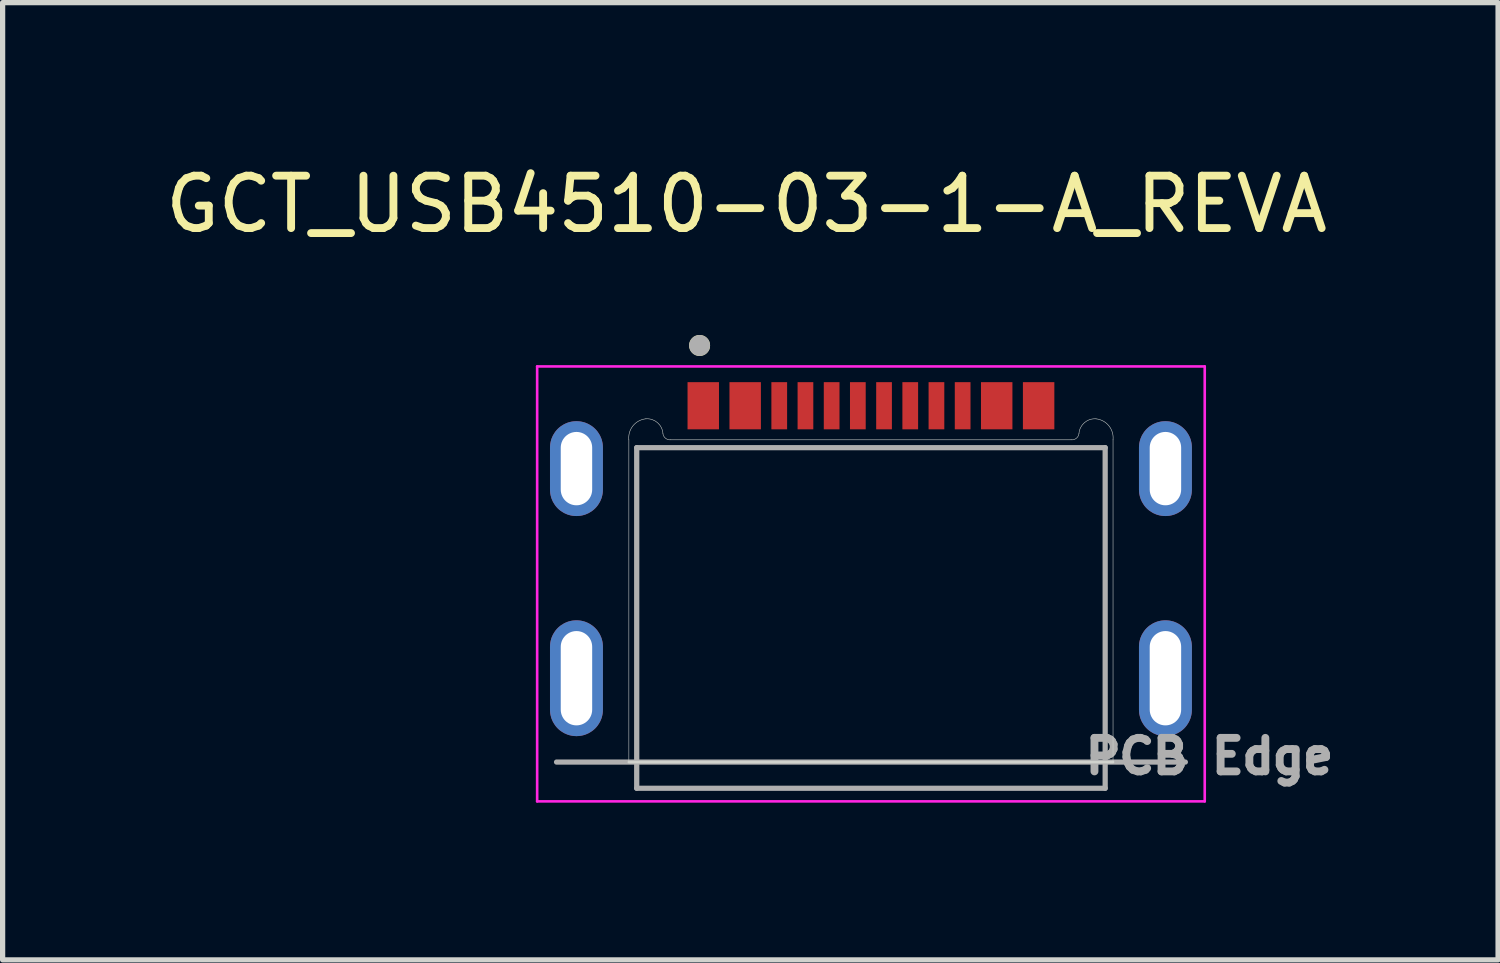
<source format=kicad_pcb>
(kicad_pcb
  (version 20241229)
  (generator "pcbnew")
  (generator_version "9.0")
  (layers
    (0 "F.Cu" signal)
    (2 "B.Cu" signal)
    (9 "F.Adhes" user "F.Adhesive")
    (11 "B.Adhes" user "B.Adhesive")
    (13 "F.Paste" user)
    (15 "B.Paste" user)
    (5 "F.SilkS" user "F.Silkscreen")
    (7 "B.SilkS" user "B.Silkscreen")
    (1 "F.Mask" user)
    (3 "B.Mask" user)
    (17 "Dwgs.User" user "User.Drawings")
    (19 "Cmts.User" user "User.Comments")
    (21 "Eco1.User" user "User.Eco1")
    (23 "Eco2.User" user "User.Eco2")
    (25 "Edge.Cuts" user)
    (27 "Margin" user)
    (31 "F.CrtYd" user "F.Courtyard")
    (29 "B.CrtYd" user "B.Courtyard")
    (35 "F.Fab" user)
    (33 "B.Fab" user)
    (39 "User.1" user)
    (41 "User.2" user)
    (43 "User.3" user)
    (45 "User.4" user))
  (footprint "GCT_USB4510-03-1-A_REVA"
    (layer "F.Cu")
    (at 13.571 9.893)
    (property "Reference" "GCT_USB4510-03-1-A_REVA" (at -2.375 -9.045 0) (layer "F.SilkS") (effects (font (size 1 1) (thickness 0.15))))
    (attr smd)
    (fp_poly (pts (xy -6.22 -3.6) (xy -6.22 -4.4) (xy -6.219 -4.431) (xy -6.217 -4.463) (xy -6.213 -4.494) (xy -6.207 -4.525) (xy -6.2 -4.555) (xy -6.191 -4.585) (xy -6.18 -4.615) (xy -6.168 -4.644) (xy -6.155 -4.672) (xy -6.14 -4.7) (xy -6.123 -4.727) (xy -6.105 -4.753) (xy -6.086 -4.778) (xy -6.066 -4.801) (xy -6.044 -4.824) (xy -6.021 -4.846) (xy -5.998 -4.866) (xy -5.973 -4.885) (xy -5.947 -4.903) (xy -5.92 -4.92) (xy -5.892 -4.935) (xy -5.864 -4.948) (xy -5.835 -4.96) (xy -5.805 -4.971) (xy -5.775 -4.98) (xy -5.745 -4.987) (xy -5.714 -4.993) (xy -5.683 -4.997) (xy -5.651 -4.999) (xy -5.62 -5) (xy -5.589 -4.999) (xy -5.557 -4.997) (xy -5.526 -4.993) (xy -5.495 -4.987) (xy -5.465 -4.98) (xy -5.435 -4.971) (xy -5.405 -4.96) (xy -5.376 -4.948) (xy -5.348 -4.935) (xy -5.32 -4.92) (xy -5.293 -4.903) (xy -5.267 -4.885) (xy -5.242 -4.866) (xy -5.219 -4.846) (xy -5.196 -4.824) (xy -5.174 -4.801) (xy -5.154 -4.778) (xy -5.135 -4.753) (xy -5.117 -4.727) (xy -5.1 -4.7) (xy -5.085 -4.672) (xy -5.072 -4.644) (xy -5.06 -4.615) (xy -5.049 -4.585) (xy -5.04 -4.555) (xy -5.033 -4.525) (xy -5.027 -4.494) (xy -5.023 -4.463) (xy -5.021 -4.431) (xy -5.02 -4.4) (xy -5.02 -3.6) (xy -5.021 -3.569) (xy -5.023 -3.537) (xy -5.027 -3.506) (xy -5.033 -3.475) (xy -5.04 -3.445) (xy -5.049 -3.415) (xy -5.06 -3.385) (xy -5.072 -3.356) (xy -5.085 -3.328) (xy -5.1 -3.3) (xy -5.117 -3.273) (xy -5.135 -3.247) (xy -5.154 -3.222) (xy -5.174 -3.199) (xy -5.196 -3.176) (xy -5.219 -3.154) (xy -5.242 -3.134) (xy -5.267 -3.115) (xy -5.293 -3.097) (xy -5.32 -3.08) (xy -5.348 -3.065) (xy -5.376 -3.052) (xy -5.405 -3.04) (xy -5.435 -3.029) (xy -5.465 -3.02) (xy -5.495 -3.013) (xy -5.526 -3.007) (xy -5.557 -3.003) (xy -5.589 -3.001) (xy -5.62 -3) (xy -5.651 -3.001) (xy -5.683 -3.003) (xy -5.714 -3.007) (xy -5.745 -3.013) (xy -5.775 -3.02) (xy -5.805 -3.029) (xy -5.835 -3.04) (xy -5.864 -3.052) (xy -5.892 -3.065) (xy -5.92 -3.08) (xy -5.947 -3.097) (xy -5.973 -3.115) (xy -5.998 -3.134) (xy -6.021 -3.154) (xy -6.044 -3.176) (xy -6.066 -3.199) (xy -6.086 -3.222) (xy -6.105 -3.247) (xy -6.123 -3.273) (xy -6.14 -3.3) (xy -6.155 -3.328) (xy -6.168 -3.356) (xy -6.18 -3.385) (xy -6.191 -3.415) (xy -6.2 -3.445) (xy -6.207 -3.475) (xy -6.213 -3.506) (xy -6.217 -3.537) (xy -6.219 -3.569) (xy -6.22 -3.6)) (stroke (width 0.01) (type solid)) (fill yes) (layer "F.Mask"))
    (fp_poly (pts (xy -6.22 0.6) (xy -6.22 -0.6) (xy -6.219 -0.631) (xy -6.217 -0.663) (xy -6.213 -0.694) (xy -6.207 -0.725) (xy -6.2 -0.755) (xy -6.191 -0.785) (xy -6.18 -0.815) (xy -6.168 -0.844) (xy -6.155 -0.872) (xy -6.14 -0.9) (xy -6.123 -0.927) (xy -6.105 -0.953) (xy -6.086 -0.978) (xy -6.066 -1.001) (xy -6.044 -1.024) (xy -6.021 -1.046) (xy -5.998 -1.066) (xy -5.973 -1.085) (xy -5.947 -1.103) (xy -5.92 -1.12) (xy -5.892 -1.135) (xy -5.864 -1.148) (xy -5.835 -1.16) (xy -5.805 -1.171) (xy -5.775 -1.18) (xy -5.745 -1.187) (xy -5.714 -1.193) (xy -5.683 -1.197) (xy -5.651 -1.199) (xy -5.62 -1.2) (xy -5.589 -1.199) (xy -5.557 -1.197) (xy -5.526 -1.193) (xy -5.495 -1.187) (xy -5.465 -1.18) (xy -5.435 -1.171) (xy -5.405 -1.16) (xy -5.376 -1.148) (xy -5.348 -1.135) (xy -5.32 -1.12) (xy -5.293 -1.103) (xy -5.267 -1.085) (xy -5.242 -1.066) (xy -5.219 -1.046) (xy -5.196 -1.024) (xy -5.174 -1.001) (xy -5.154 -0.978) (xy -5.135 -0.953) (xy -5.117 -0.927) (xy -5.1 -0.9) (xy -5.085 -0.872) (xy -5.072 -0.844) (xy -5.06 -0.815) (xy -5.049 -0.785) (xy -5.04 -0.755) (xy -5.033 -0.725) (xy -5.027 -0.694) (xy -5.023 -0.663) (xy -5.021 -0.631) (xy -5.02 -0.6) (xy -5.02 0.6) (xy -5.021 0.631) (xy -5.023 0.663) (xy -5.027 0.694) (xy -5.033 0.725) (xy -5.04 0.755) (xy -5.049 0.785) (xy -5.06 0.815) (xy -5.072 0.844) (xy -5.085 0.872) (xy -5.1 0.9) (xy -5.117 0.927) (xy -5.135 0.953) (xy -5.154 0.978) (xy -5.174 1.001) (xy -5.196 1.024) (xy -5.219 1.046) (xy -5.242 1.066) (xy -5.267 1.085) (xy -5.293 1.103) (xy -5.32 1.12) (xy -5.348 1.135) (xy -5.376 1.148) (xy -5.405 1.16) (xy -5.435 1.171) (xy -5.465 1.18) (xy -5.495 1.187) (xy -5.526 1.193) (xy -5.557 1.197) (xy -5.589 1.199) (xy -5.62 1.2) (xy -5.651 1.199) (xy -5.683 1.197) (xy -5.714 1.193) (xy -5.745 1.187) (xy -5.775 1.18) (xy -5.805 1.171) (xy -5.835 1.16) (xy -5.864 1.148) (xy -5.892 1.135) (xy -5.92 1.12) (xy -5.947 1.103) (xy -5.973 1.085) (xy -5.998 1.066) (xy -6.021 1.046) (xy -6.044 1.024) (xy -6.066 1.001) (xy -6.086 0.978) (xy -6.105 0.953) (xy -6.123 0.927) (xy -6.14 0.9) (xy -6.155 0.872) (xy -6.168 0.844) (xy -6.18 0.815) (xy -6.191 0.785) (xy -6.2 0.755) (xy -6.207 0.725) (xy -6.213 0.694) (xy -6.217 0.663) (xy -6.219 0.631) (xy -6.22 0.6)) (stroke (width 0.01) (type solid)) (fill yes) (layer "F.Mask"))
    (fp_poly (pts (xy 5.02 -3.6) (xy 5.02 -4.4) (xy 5.021 -4.431) (xy 5.023 -4.463) (xy 5.027 -4.494) (xy 5.033 -4.525) (xy 5.04 -4.555) (xy 5.049 -4.585) (xy 5.06 -4.615) (xy 5.072 -4.644) (xy 5.085 -4.672) (xy 5.1 -4.7) (xy 5.117 -4.727) (xy 5.135 -4.753) (xy 5.154 -4.778) (xy 5.174 -4.801) (xy 5.196 -4.824) (xy 5.219 -4.846) (xy 5.242 -4.866) (xy 5.267 -4.885) (xy 5.293 -4.903) (xy 5.32 -4.92) (xy 5.348 -4.935) (xy 5.376 -4.948) (xy 5.405 -4.96) (xy 5.435 -4.971) (xy 5.465 -4.98) (xy 5.495 -4.987) (xy 5.526 -4.993) (xy 5.557 -4.997) (xy 5.589 -4.999) (xy 5.62 -5) (xy 5.651 -4.999) (xy 5.683 -4.997) (xy 5.714 -4.993) (xy 5.745 -4.987) (xy 5.775 -4.98) (xy 5.805 -4.971) (xy 5.835 -4.96) (xy 5.864 -4.948) (xy 5.892 -4.935) (xy 5.92 -4.92) (xy 5.947 -4.903) (xy 5.973 -4.885) (xy 5.998 -4.866) (xy 6.021 -4.846) (xy 6.044 -4.824) (xy 6.066 -4.801) (xy 6.086 -4.778) (xy 6.105 -4.753) (xy 6.123 -4.727) (xy 6.14 -4.7) (xy 6.155 -4.672) (xy 6.168 -4.644) (xy 6.18 -4.615) (xy 6.191 -4.585) (xy 6.2 -4.555) (xy 6.207 -4.525) (xy 6.213 -4.494) (xy 6.217 -4.463) (xy 6.219 -4.431) (xy 6.22 -4.4) (xy 6.22 -3.6) (xy 6.219 -3.569) (xy 6.217 -3.537) (xy 6.213 -3.506) (xy 6.207 -3.475) (xy 6.2 -3.445) (xy 6.191 -3.415) (xy 6.18 -3.385) (xy 6.168 -3.356) (xy 6.155 -3.328) (xy 6.14 -3.3) (xy 6.123 -3.273) (xy 6.105 -3.247) (xy 6.086 -3.222) (xy 6.066 -3.199) (xy 6.044 -3.176) (xy 6.021 -3.154) (xy 5.998 -3.134) (xy 5.973 -3.115) (xy 5.947 -3.097) (xy 5.92 -3.08) (xy 5.892 -3.065) (xy 5.864 -3.052) (xy 5.835 -3.04) (xy 5.805 -3.029) (xy 5.775 -3.02) (xy 5.745 -3.013) (xy 5.714 -3.007) (xy 5.683 -3.003) (xy 5.651 -3.001) (xy 5.62 -3) (xy 5.589 -3.001) (xy 5.557 -3.003) (xy 5.526 -3.007) (xy 5.495 -3.013) (xy 5.465 -3.02) (xy 5.435 -3.029) (xy 5.405 -3.04) (xy 5.376 -3.052) (xy 5.348 -3.065) (xy 5.32 -3.08) (xy 5.293 -3.097) (xy 5.267 -3.115) (xy 5.242 -3.134) (xy 5.219 -3.154) (xy 5.196 -3.176) (xy 5.174 -3.199) (xy 5.154 -3.222) (xy 5.135 -3.247) (xy 5.117 -3.273) (xy 5.1 -3.3) (xy 5.085 -3.328) (xy 5.072 -3.356) (xy 5.06 -3.385) (xy 5.049 -3.415) (xy 5.04 -3.445) (xy 5.033 -3.475) (xy 5.027 -3.506) (xy 5.023 -3.537) (xy 5.021 -3.569) (xy 5.02 -3.6)) (stroke (width 0.01) (type solid)) (fill yes) (layer "F.Mask"))
    (fp_poly (pts (xy 5.02 0) (xy 5.02 -0.6) (xy 5.021 -0.631) (xy 5.023 -0.663) (xy 5.027 -0.694) (xy 5.033 -0.725) (xy 5.04 -0.755) (xy 5.049 -0.785) (xy 5.06 -0.815) (xy 5.072 -0.844) (xy 5.085 -0.872) (xy 5.1 -0.9) (xy 5.117 -0.927) (xy 5.135 -0.953) (xy 5.154 -0.978) (xy 5.174 -1.001) (xy 5.196 -1.024) (xy 5.219 -1.046) (xy 5.242 -1.066) (xy 5.267 -1.085) (xy 5.293 -1.103) (xy 5.32 -1.12) (xy 5.348 -1.135) (xy 5.376 -1.148) (xy 5.405 -1.16) (xy 5.435 -1.171) (xy 5.465 -1.18) (xy 5.495 -1.187) (xy 5.526 -1.193) (xy 5.557 -1.197) (xy 5.589 -1.199) (xy 5.62 -1.2) (xy 5.651 -1.199) (xy 5.683 -1.197) (xy 5.714 -1.193) (xy 5.745 -1.187) (xy 5.775 -1.18) (xy 5.805 -1.171) (xy 5.835 -1.16) (xy 5.864 -1.148) (xy 5.892 -1.135) (xy 5.92 -1.12) (xy 5.947 -1.103) (xy 5.973 -1.085) (xy 5.998 -1.066) (xy 6.021 -1.046) (xy 6.044 -1.024) (xy 6.066 -1.001) (xy 6.086 -0.978) (xy 6.105 -0.953) (xy 6.123 -0.927) (xy 6.14 -0.9) (xy 6.155 -0.872) (xy 6.168 -0.844) (xy 6.18 -0.815) (xy 6.191 -0.785) (xy 6.2 -0.755) (xy 6.207 -0.725) (xy 6.213 -0.694) (xy 6.217 -0.663) (xy 6.219 -0.631) (xy 6.22 -0.6) (xy 6.22 0) (xy 6.22 0.6) (xy 6.219 0.631) (xy 6.217 0.663) (xy 6.213 0.694) (xy 6.207 0.725) (xy 6.2 0.755) (xy 6.191 0.785) (xy 6.18 0.815) (xy 6.168 0.844) (xy 6.155 0.872) (xy 6.14 0.9) (xy 6.123 0.927) (xy 6.105 0.953) (xy 6.086 0.978) (xy 6.066 1.001) (xy 6.044 1.024) (xy 6.021 1.046) (xy 5.998 1.066) (xy 5.973 1.085) (xy 5.947 1.103) (xy 5.92 1.12) (xy 5.892 1.135) (xy 5.864 1.148) (xy 5.835 1.16) (xy 5.805 1.171) (xy 5.775 1.18) (xy 5.745 1.187) (xy 5.714 1.193) (xy 5.683 1.197) (xy 5.651 1.199) (xy 5.62 1.2) (xy 5.589 1.199) (xy 5.557 1.197) (xy 5.526 1.193) (xy 5.495 1.187) (xy 5.465 1.18) (xy 5.435 1.171) (xy 5.405 1.16) (xy 5.376 1.148) (xy 5.348 1.135) (xy 5.32 1.12) (xy 5.293 1.103) (xy 5.267 1.085) (xy 5.242 1.066) (xy 5.219 1.046) (xy 5.196 1.024) (xy 5.174 1.001) (xy 5.154 0.978) (xy 5.135 0.953) (xy 5.117 0.927) (xy 5.1 0.9) (xy 5.085 0.872) (xy 5.072 0.844) (xy 5.06 0.815) (xy 5.049 0.785) (xy 5.04 0.755) (xy 5.033 0.725) (xy 5.027 0.694) (xy 5.023 0.663) (xy 5.021 0.631) (xy 5.02 0.6) (xy 5.02 0)) (stroke (width 0.01) (type solid)) (fill yes) (layer "F.Mask"))
    (fp_poly (pts (xy -6.22 -3.6) (xy -6.22 -4.4) (xy -6.219 -4.431) (xy -6.217 -4.463) (xy -6.213 -4.494) (xy -6.207 -4.525) (xy -6.2 -4.555) (xy -6.191 -4.585) (xy -6.18 -4.615) (xy -6.168 -4.644) (xy -6.155 -4.672) (xy -6.14 -4.7) (xy -6.123 -4.727) (xy -6.105 -4.753) (xy -6.086 -4.778) (xy -6.066 -4.801) (xy -6.044 -4.824) (xy -6.021 -4.846) (xy -5.998 -4.866) (xy -5.973 -4.885) (xy -5.947 -4.903) (xy -5.92 -4.92) (xy -5.892 -4.935) (xy -5.864 -4.948) (xy -5.835 -4.96) (xy -5.805 -4.971) (xy -5.775 -4.98) (xy -5.745 -4.987) (xy -5.714 -4.993) (xy -5.683 -4.997) (xy -5.651 -4.999) (xy -5.62 -5) (xy -5.589 -4.999) (xy -5.557 -4.997) (xy -5.526 -4.993) (xy -5.495 -4.987) (xy -5.465 -4.98) (xy -5.435 -4.971) (xy -5.405 -4.96) (xy -5.376 -4.948) (xy -5.348 -4.935) (xy -5.32 -4.92) (xy -5.293 -4.903) (xy -5.267 -4.885) (xy -5.242 -4.866) (xy -5.219 -4.846) (xy -5.196 -4.824) (xy -5.174 -4.801) (xy -5.154 -4.778) (xy -5.135 -4.753) (xy -5.117 -4.727) (xy -5.1 -4.7) (xy -5.085 -4.672) (xy -5.072 -4.644) (xy -5.06 -4.615) (xy -5.049 -4.585) (xy -5.04 -4.555) (xy -5.033 -4.525) (xy -5.027 -4.494) (xy -5.023 -4.463) (xy -5.021 -4.431) (xy -5.02 -4.4) (xy -5.02 -3.6) (xy -5.021 -3.569) (xy -5.023 -3.537) (xy -5.027 -3.506) (xy -5.033 -3.475) (xy -5.04 -3.445) (xy -5.049 -3.415) (xy -5.06 -3.385) (xy -5.072 -3.356) (xy -5.085 -3.328) (xy -5.1 -3.3) (xy -5.117 -3.273) (xy -5.135 -3.247) (xy -5.154 -3.222) (xy -5.174 -3.199) (xy -5.196 -3.176) (xy -5.219 -3.154) (xy -5.242 -3.134) (xy -5.267 -3.115) (xy -5.293 -3.097) (xy -5.32 -3.08) (xy -5.348 -3.065) (xy -5.376 -3.052) (xy -5.405 -3.04) (xy -5.435 -3.029) (xy -5.465 -3.02) (xy -5.495 -3.013) (xy -5.526 -3.007) (xy -5.557 -3.003) (xy -5.589 -3.001) (xy -5.62 -3) (xy -5.651 -3.001) (xy -5.683 -3.003) (xy -5.714 -3.007) (xy -5.745 -3.013) (xy -5.775 -3.02) (xy -5.805 -3.029) (xy -5.835 -3.04) (xy -5.864 -3.052) (xy -5.892 -3.065) (xy -5.92 -3.08) (xy -5.947 -3.097) (xy -5.973 -3.115) (xy -5.998 -3.134) (xy -6.021 -3.154) (xy -6.044 -3.176) (xy -6.066 -3.199) (xy -6.086 -3.222) (xy -6.105 -3.247) (xy -6.123 -3.273) (xy -6.14 -3.3) (xy -6.155 -3.328) (xy -6.168 -3.356) (xy -6.18 -3.385) (xy -6.191 -3.415) (xy -6.2 -3.445) (xy -6.207 -3.475) (xy -6.213 -3.506) (xy -6.217 -3.537) (xy -6.219 -3.569) (xy -6.22 -3.6)) (stroke (width 0.01) (type solid)) (fill yes) (layer "B.Mask"))
    (fp_poly (pts (xy -6.22 0.6) (xy -6.22 -0.6) (xy -6.219 -0.631) (xy -6.217 -0.663) (xy -6.213 -0.694) (xy -6.207 -0.725) (xy -6.2 -0.755) (xy -6.191 -0.785) (xy -6.18 -0.815) (xy -6.168 -0.844) (xy -6.155 -0.872) (xy -6.14 -0.9) (xy -6.123 -0.927) (xy -6.105 -0.953) (xy -6.086 -0.978) (xy -6.066 -1.001) (xy -6.044 -1.024) (xy -6.021 -1.046) (xy -5.998 -1.066) (xy -5.973 -1.085) (xy -5.947 -1.103) (xy -5.92 -1.12) (xy -5.892 -1.135) (xy -5.864 -1.148) (xy -5.835 -1.16) (xy -5.805 -1.171) (xy -5.775 -1.18) (xy -5.745 -1.187) (xy -5.714 -1.193) (xy -5.683 -1.197) (xy -5.651 -1.199) (xy -5.62 -1.2) (xy -5.589 -1.199) (xy -5.557 -1.197) (xy -5.526 -1.193) (xy -5.495 -1.187) (xy -5.465 -1.18) (xy -5.435 -1.171) (xy -5.405 -1.16) (xy -5.376 -1.148) (xy -5.348 -1.135) (xy -5.32 -1.12) (xy -5.293 -1.103) (xy -5.267 -1.085) (xy -5.242 -1.066) (xy -5.219 -1.046) (xy -5.196 -1.024) (xy -5.174 -1.001) (xy -5.154 -0.978) (xy -5.135 -0.953) (xy -5.117 -0.927) (xy -5.1 -0.9) (xy -5.085 -0.872) (xy -5.072 -0.844) (xy -5.06 -0.815) (xy -5.049 -0.785) (xy -5.04 -0.755) (xy -5.033 -0.725) (xy -5.027 -0.694) (xy -5.023 -0.663) (xy -5.021 -0.631) (xy -5.02 -0.6) (xy -5.02 0.6) (xy -5.021 0.631) (xy -5.023 0.663) (xy -5.027 0.694) (xy -5.033 0.725) (xy -5.04 0.755) (xy -5.049 0.785) (xy -5.06 0.815) (xy -5.072 0.844) (xy -5.085 0.872) (xy -5.1 0.9) (xy -5.117 0.927) (xy -5.135 0.953) (xy -5.154 0.978) (xy -5.174 1.001) (xy -5.196 1.024) (xy -5.219 1.046) (xy -5.242 1.066) (xy -5.267 1.085) (xy -5.293 1.103) (xy -5.32 1.12) (xy -5.348 1.135) (xy -5.376 1.148) (xy -5.405 1.16) (xy -5.435 1.171) (xy -5.465 1.18) (xy -5.495 1.187) (xy -5.526 1.193) (xy -5.557 1.197) (xy -5.589 1.199) (xy -5.62 1.2) (xy -5.651 1.199) (xy -5.683 1.197) (xy -5.714 1.193) (xy -5.745 1.187) (xy -5.775 1.18) (xy -5.805 1.171) (xy -5.835 1.16) (xy -5.864 1.148) (xy -5.892 1.135) (xy -5.92 1.12) (xy -5.947 1.103) (xy -5.973 1.085) (xy -5.998 1.066) (xy -6.021 1.046) (xy -6.044 1.024) (xy -6.066 1.001) (xy -6.086 0.978) (xy -6.105 0.953) (xy -6.123 0.927) (xy -6.14 0.9) (xy -6.155 0.872) (xy -6.168 0.844) (xy -6.18 0.815) (xy -6.191 0.785) (xy -6.2 0.755) (xy -6.207 0.725) (xy -6.213 0.694) (xy -6.217 0.663) (xy -6.219 0.631) (xy -6.22 0.6)) (stroke (width 0.01) (type solid)) (fill yes) (layer "B.Mask"))
    (fp_poly (pts (xy 5.02 -3.6) (xy 5.02 -4.4) (xy 5.021 -4.431) (xy 5.023 -4.463) (xy 5.027 -4.494) (xy 5.033 -4.525) (xy 5.04 -4.555) (xy 5.049 -4.585) (xy 5.06 -4.615) (xy 5.072 -4.644) (xy 5.085 -4.672) (xy 5.1 -4.7) (xy 5.117 -4.727) (xy 5.135 -4.753) (xy 5.154 -4.778) (xy 5.174 -4.801) (xy 5.196 -4.824) (xy 5.219 -4.846) (xy 5.242 -4.866) (xy 5.267 -4.885) (xy 5.293 -4.903) (xy 5.32 -4.92) (xy 5.348 -4.935) (xy 5.376 -4.948) (xy 5.405 -4.96) (xy 5.435 -4.971) (xy 5.465 -4.98) (xy 5.495 -4.987) (xy 5.526 -4.993) (xy 5.557 -4.997) (xy 5.589 -4.999) (xy 5.62 -5) (xy 5.651 -4.999) (xy 5.683 -4.997) (xy 5.714 -4.993) (xy 5.745 -4.987) (xy 5.775 -4.98) (xy 5.805 -4.971) (xy 5.835 -4.96) (xy 5.864 -4.948) (xy 5.892 -4.935) (xy 5.92 -4.92) (xy 5.947 -4.903) (xy 5.973 -4.885) (xy 5.998 -4.866) (xy 6.021 -4.846) (xy 6.044 -4.824) (xy 6.066 -4.801) (xy 6.086 -4.778) (xy 6.105 -4.753) (xy 6.123 -4.727) (xy 6.14 -4.7) (xy 6.155 -4.672) (xy 6.168 -4.644) (xy 6.18 -4.615) (xy 6.191 -4.585) (xy 6.2 -4.555) (xy 6.207 -4.525) (xy 6.213 -4.494) (xy 6.217 -4.463) (xy 6.219 -4.431) (xy 6.22 -4.4) (xy 6.22 -3.6) (xy 6.219 -3.569) (xy 6.217 -3.537) (xy 6.213 -3.506) (xy 6.207 -3.475) (xy 6.2 -3.445) (xy 6.191 -3.415) (xy 6.18 -3.385) (xy 6.168 -3.356) (xy 6.155 -3.328) (xy 6.14 -3.3) (xy 6.123 -3.273) (xy 6.105 -3.247) (xy 6.086 -3.222) (xy 6.066 -3.199) (xy 6.044 -3.176) (xy 6.021 -3.154) (xy 5.998 -3.134) (xy 5.973 -3.115) (xy 5.947 -3.097) (xy 5.92 -3.08) (xy 5.892 -3.065) (xy 5.864 -3.052) (xy 5.835 -3.04) (xy 5.805 -3.029) (xy 5.775 -3.02) (xy 5.745 -3.013) (xy 5.714 -3.007) (xy 5.683 -3.003) (xy 5.651 -3.001) (xy 5.62 -3) (xy 5.589 -3.001) (xy 5.557 -3.003) (xy 5.526 -3.007) (xy 5.495 -3.013) (xy 5.465 -3.02) (xy 5.435 -3.029) (xy 5.405 -3.04) (xy 5.376 -3.052) (xy 5.348 -3.065) (xy 5.32 -3.08) (xy 5.293 -3.097) (xy 5.267 -3.115) (xy 5.242 -3.134) (xy 5.219 -3.154) (xy 5.196 -3.176) (xy 5.174 -3.199) (xy 5.154 -3.222) (xy 5.135 -3.247) (xy 5.117 -3.273) (xy 5.1 -3.3) (xy 5.085 -3.328) (xy 5.072 -3.356) (xy 5.06 -3.385) (xy 5.049 -3.415) (xy 5.04 -3.445) (xy 5.033 -3.475) (xy 5.027 -3.506) (xy 5.023 -3.537) (xy 5.021 -3.569) (xy 5.02 -3.6)) (stroke (width 0.01) (type solid)) (fill yes) (layer "B.Mask"))
    (fp_poly (pts (xy 5.02 0.6) (xy 5.02 -0.6) (xy 5.021 -0.631) (xy 5.023 -0.663) (xy 5.027 -0.694) (xy 5.033 -0.725) (xy 5.04 -0.755) (xy 5.049 -0.785) (xy 5.06 -0.815) (xy 5.072 -0.844) (xy 5.085 -0.872) (xy 5.1 -0.9) (xy 5.117 -0.927) (xy 5.135 -0.953) (xy 5.154 -0.978) (xy 5.174 -1.001) (xy 5.196 -1.024) (xy 5.219 -1.046) (xy 5.242 -1.066) (xy 5.267 -1.085) (xy 5.293 -1.103) (xy 5.32 -1.12) (xy 5.348 -1.135) (xy 5.376 -1.148) (xy 5.405 -1.16) (xy 5.435 -1.171) (xy 5.465 -1.18) (xy 5.495 -1.187) (xy 5.526 -1.193) (xy 5.557 -1.197) (xy 5.589 -1.199) (xy 5.62 -1.2) (xy 5.651 -1.199) (xy 5.683 -1.197) (xy 5.714 -1.193) (xy 5.745 -1.187) (xy 5.775 -1.18) (xy 5.805 -1.171) (xy 5.835 -1.16) (xy 5.864 -1.148) (xy 5.892 -1.135) (xy 5.92 -1.12) (xy 5.947 -1.103) (xy 5.973 -1.085) (xy 5.998 -1.066) (xy 6.021 -1.046) (xy 6.044 -1.024) (xy 6.066 -1.001) (xy 6.086 -0.978) (xy 6.105 -0.953) (xy 6.123 -0.927) (xy 6.14 -0.9) (xy 6.155 -0.872) (xy 6.168 -0.844) (xy 6.18 -0.815) (xy 6.191 -0.785) (xy 6.2 -0.755) (xy 6.207 -0.725) (xy 6.213 -0.694) (xy 6.217 -0.663) (xy 6.219 -0.631) (xy 6.22 -0.6) (xy 6.22 0.6) (xy 6.219 0.631) (xy 6.217 0.663) (xy 6.213 0.694) (xy 6.207 0.725) (xy 6.2 0.755) (xy 6.191 0.785) (xy 6.18 0.815) (xy 6.168 0.844) (xy 6.155 0.872) (xy 6.14 0.9) (xy 6.123 0.927) (xy 6.105 0.953) (xy 6.086 0.978) (xy 6.066 1.001) (xy 6.044 1.024) (xy 6.021 1.046) (xy 5.998 1.066) (xy 5.973 1.085) (xy 5.947 1.103) (xy 5.92 1.12) (xy 5.892 1.135) (xy 5.864 1.148) (xy 5.835 1.16) (xy 5.805 1.171) (xy 5.775 1.18) (xy 5.745 1.187) (xy 5.714 1.193) (xy 5.683 1.197) (xy 5.651 1.199) (xy 5.62 1.2) (xy 5.589 1.199) (xy 5.557 1.197) (xy 5.526 1.193) (xy 5.495 1.187) (xy 5.465 1.18) (xy 5.435 1.171) (xy 5.405 1.16) (xy 5.376 1.148) (xy 5.348 1.135) (xy 5.32 1.12) (xy 5.293 1.103) (xy 5.267 1.085) (xy 5.242 1.066) (xy 5.219 1.046) (xy 5.196 1.024) (xy 5.174 1.001) (xy 5.154 0.978) (xy 5.135 0.953) (xy 5.117 0.927) (xy 5.1 0.9) (xy 5.085 0.872) (xy 5.072 0.844) (xy 5.06 0.815) (xy 5.049 0.785) (xy 5.04 0.755) (xy 5.033 0.725) (xy 5.027 0.694) (xy 5.023 0.663) (xy 5.021 0.631) (xy 5.02 0.6)) (stroke (width 0.01) (type solid)) (fill yes) (layer "B.Mask"))
    (fp_circle (center -3.27 -6.35) (end -3.17 -6.35) (stroke (width 0.2) (type solid)) (fill no) (layer "F.SilkS"))
    (fp_line (start -4.62 1.6) (end -4.62 -4.55) (stroke (width 0.01) (type solid)) (layer "Edge.Cuts"))
    (fp_line (start -3.82 -4.55) (end 3.82 -4.55) (stroke (width 0.01) (type solid)) (layer "Edge.Cuts"))
    (fp_line (start 4.62 -4.55) (end 4.62 1.6) (stroke (width 0.01) (type solid)) (layer "Edge.Cuts"))
    (fp_line (start 4.62 1.6) (end -4.62 1.6) (stroke (width 0.05) (type default)) (layer "Edge.Cuts"))
    (fp_arc (start -4.620545 -4.549944) (mid -4.54075 -4.817678) (end -4.295 -4.950551) (stroke (width 0.01) (type solid)) (layer "Edge.Cuts"))
    (fp_arc (start -4.294995 -4.950551) (mid -4.074134 -4.877711) (end -3.969452 -4.670041) (stroke (width 0.01) (type solid)) (layer "Edge.Cuts"))
    (fp_arc (start -3.82 -4.55) (mid -3.919853 -4.578934) (end -3.97 -4.67) (stroke (width 0.01) (type solid)) (layer "Edge.Cuts"))
    (fp_arc (start 3.97 -4.67) (mid 3.919853 -4.578934) (end 3.82 -4.55) (stroke (width 0.01) (type solid)) (layer "Edge.Cuts"))
    (fp_arc (start 3.97 -4.67) (mid 4.07451 -4.87731) (end 4.295 -4.95) (stroke (width 0.01) (type solid)) (layer "Edge.Cuts"))
    (fp_arc (start 4.295 -4.95) (mid 4.540343 -4.81731) (end 4.62 -4.55) (stroke (width 0.01) (type solid)) (layer "Edge.Cuts"))
    (fp_line (start -6.37 -5.95) (end 6.37 -5.95) (stroke (width 0.05) (type solid)) (layer "F.CrtYd"))
    (fp_line (start -6.37 2.35) (end -6.37 -5.95) (stroke (width 0.05) (type solid)) (layer "F.CrtYd"))
    (fp_line (start -6.37 2.35) (end 6.37 2.35) (stroke (width 0.05) (type solid)) (layer "F.CrtYd"))
    (fp_line (start 6.37 2.35) (end 6.37 -5.95) (stroke (width 0.05) (type solid)) (layer "F.CrtYd"))
    (fp_line (start -6 1.6) (end 6 1.6) (stroke (width 0.1) (type solid)) (layer "F.Fab"))
    (fp_line (start -4.47 -4.4) (end 4.47 -4.4) (stroke (width 0.1) (type solid)) (layer "F.Fab"))
    (fp_line (start -4.47 2.1) (end -4.47 -4.4) (stroke (width 0.1) (type solid)) (layer "F.Fab"))
    (fp_line (start -4.47 2.1) (end 4.47 2.1) (stroke (width 0.1) (type solid)) (layer "F.Fab"))
    (fp_line (start 4.47 2.1) (end 4.47 -4.4) (stroke (width 0.1) (type solid)) (layer "F.Fab"))
    (fp_circle (center -3.27 -6.35) (end -3.17 -6.35) (stroke (width 0.2) (type solid)) (fill no) (layer "F.Fab"))
    (fp_text user "PCB Edge" (at 6.46 1.49 0) (layer "F.Fab") (effects (font (size 0.64 0.64) (thickness 0.15))))
    (pad "A1_B12" smd rect (at -3.2 -5.2) (size 0.6 0.9) (layers "F.Cu" "F.Mask" "F.Paste"))
    (pad "A4_B9" smd rect (at -2.4 -5.2) (size 0.6 0.9) (layers "F.Cu" "F.Mask" "F.Paste"))
    (pad "A5" smd rect (at -1.25 -5.2) (size 0.3 0.9) (layers "F.Cu" "F.Mask" "F.Paste"))
    (pad "A6" smd rect (at -0.25 -5.2) (size 0.3 0.9) (layers "F.Cu" "F.Mask" "F.Paste"))
    (pad "A7" smd rect (at 0.25 -5.2) (size 0.3 0.9) (layers "F.Cu" "F.Mask" "F.Paste"))
    (pad "A8" smd rect (at 1.25 -5.2) (size 0.3 0.9) (layers "F.Cu" "F.Mask" "F.Paste"))
    (pad "B1_A12" smd rect (at 3.2 -5.2) (size 0.6 0.9) (layers "F.Cu" "F.Mask" "F.Paste"))
    (pad "B4_A9" smd rect (at 2.4 -5.2) (size 0.6 0.9) (layers "F.Cu" "F.Mask" "F.Paste"))
    (pad "B5" smd rect (at 1.75 -5.2) (size 0.3 0.9) (layers "F.Cu" "F.Mask" "F.Paste"))
    (pad "B6" smd rect (at 0.75 -5.2) (size 0.3 0.9) (layers "F.Cu" "F.Mask" "F.Paste"))
    (pad "B7" smd rect (at -0.75 -5.2) (size 0.3 0.9) (layers "F.Cu" "F.Mask" "F.Paste"))
    (pad "B8" smd rect (at -1.75 -5.2) (size 0.3 0.9) (layers "F.Cu" "F.Mask" "F.Paste"))
    (pad "S1" thru_hole custom (at -5.62 0) (size 0.95 1.9) (drill oval 0.6 1.8) (layers "*.Cu") (options (anchor circle)) (primitives (gr_poly (pts (xy 0 1.1) (xy -0.026 1.099) (xy -0.052 1.097) (xy -0.078 1.094) (xy -0.104 1.089) (xy -0.129 1.083) (xy -0.155 1.076) (xy -0.179 1.067) (xy -0.203 1.057) (xy -0.227 1.046) (xy -0.25 1.033) (xy -0.272 1.019) (xy -0.294 1.005) (xy -0.315 0.989) (xy -0.335 0.972) (xy -0.354 0.954) (xy -0.372 0.935) (xy -0.389 0.915) (xy -0.405 0.894) (xy -0.419 0.872) (xy -0.433 0.85) (xy -0.446 0.827) (xy -0.457 0.803) (xy -0.467 0.779) (xy -0.476 0.755) (xy -0.483 0.729) (xy -0.489 0.704) (xy -0.494 0.678) (xy -0.497 0.652) (xy -0.499 0.626) (xy -0.5 0.6) (xy -0.5 -0.6) (xy -0.499 -0.626) (xy -0.497 -0.652) (xy -0.494 -0.678) (xy -0.489 -0.704) (xy -0.483 -0.729) (xy -0.476 -0.755) (xy -0.467 -0.779) (xy -0.457 -0.803) (xy -0.446 -0.827) (xy -0.433 -0.85) (xy -0.419 -0.872) (xy -0.405 -0.894) (xy -0.389 -0.915) (xy -0.372 -0.935) (xy -0.354 -0.954) (xy -0.335 -0.972) (xy -0.315 -0.989) (xy -0.294 -1.005) (xy -0.272 -1.019) (xy -0.25 -1.033) (xy -0.227 -1.046) (xy -0.203 -1.057) (xy -0.179 -1.067) (xy -0.155 -1.076) (xy -0.129 -1.083) (xy -0.104 -1.089) (xy -0.078 -1.094) (xy -0.052 -1.097) (xy -0.026 -1.099) (xy 0 -1.1) (xy 0.026 -1.099) (xy 0.052 -1.097) (xy 0.078 -1.094) (xy 0.104 -1.089) (xy 0.129 -1.083) (xy 0.155 -1.076) (xy 0.179 -1.067) (xy 0.203 -1.057) (xy 0.227 -1.046) (xy 0.25 -1.033) (xy 0.272 -1.019) (xy 0.294 -1.005) (xy 0.315 -0.989) (xy 0.335 -0.972) (xy 0.354 -0.954) (xy 0.372 -0.935) (xy 0.389 -0.915) (xy 0.405 -0.894) (xy 0.419 -0.872) (xy 0.433 -0.85) (xy 0.446 -0.827) (xy 0.457 -0.803) (xy 0.467 -0.779) (xy 0.476 -0.755) (xy 0.483 -0.729) (xy 0.489 -0.704) (xy 0.494 -0.678) (xy 0.497 -0.652) (xy 0.499 -0.626) (xy 0.5 -0.6) (xy 0.5 0.6) (xy 0.499 0.626) (xy 0.497 0.652) (xy 0.494 0.678) (xy 0.489 0.704) (xy 0.483 0.729) (xy 0.476 0.755) (xy 0.467 0.779) (xy 0.457 0.803) (xy 0.446 0.827) (xy 0.433 0.85) (xy 0.419 0.872) (xy 0.405 0.894) (xy 0.389 0.915) (xy 0.372 0.935) (xy 0.354 0.954) (xy 0.335 0.972) (xy 0.315 0.989) (xy 0.294 1.005) (xy 0.272 1.019) (xy 0.25 1.033) (xy 0.227 1.046) (xy 0.203 1.057) (xy 0.179 1.067) (xy 0.155 1.076) (xy 0.129 1.083) (xy 0.104 1.089) (xy 0.078 1.094) (xy 0.052 1.097) (xy 0.026 1.099) (xy 0 1.1)) (width 0.01) (fill yes))))
    (pad "S2" thru_hole custom (at 5.62 -4) (size 0.8 1.6) (drill oval 0.6 1.4) (layers "*.Cu") (options (anchor circle)) (primitives (gr_poly (pts (xy 0 0.9) (xy -0.026 0.899) (xy -0.052 0.897) (xy -0.078 0.894) (xy -0.104 0.889) (xy -0.129 0.883) (xy -0.155 0.876) (xy -0.179 0.867) (xy -0.203 0.857) (xy -0.227 0.846) (xy -0.25 0.833) (xy -0.272 0.819) (xy -0.294 0.805) (xy -0.315 0.789) (xy -0.335 0.772) (xy -0.354 0.754) (xy -0.372 0.735) (xy -0.389 0.715) (xy -0.405 0.694) (xy -0.419 0.672) (xy -0.433 0.65) (xy -0.446 0.627) (xy -0.457 0.603) (xy -0.467 0.579) (xy -0.476 0.555) (xy -0.483 0.529) (xy -0.489 0.504) (xy -0.494 0.478) (xy -0.497 0.452) (xy -0.499 0.426) (xy -0.5 0.4) (xy -0.5 -0.4) (xy -0.499 -0.426) (xy -0.497 -0.452) (xy -0.494 -0.478) (xy -0.489 -0.504) (xy -0.483 -0.529) (xy -0.476 -0.555) (xy -0.467 -0.579) (xy -0.457 -0.603) (xy -0.446 -0.627) (xy -0.433 -0.65) (xy -0.419 -0.672) (xy -0.405 -0.694) (xy -0.389 -0.715) (xy -0.372 -0.735) (xy -0.354 -0.754) (xy -0.335 -0.772) (xy -0.315 -0.789) (xy -0.294 -0.805) (xy -0.272 -0.819) (xy -0.25 -0.833) (xy -0.227 -0.846) (xy -0.203 -0.857) (xy -0.179 -0.867) (xy -0.155 -0.876) (xy -0.129 -0.883) (xy -0.104 -0.889) (xy -0.078 -0.894) (xy -0.052 -0.897) (xy -0.026 -0.899) (xy 0 -0.9) (xy 0.026 -0.899) (xy 0.052 -0.897) (xy 0.078 -0.894) (xy 0.104 -0.889) (xy 0.129 -0.883) (xy 0.155 -0.876) (xy 0.179 -0.867) (xy 0.203 -0.857) (xy 0.227 -0.846) (xy 0.25 -0.833) (xy 0.272 -0.819) (xy 0.294 -0.805) (xy 0.315 -0.789) (xy 0.335 -0.772) (xy 0.354 -0.754) (xy 0.372 -0.735) (xy 0.389 -0.715) (xy 0.405 -0.694) (xy 0.419 -0.672) (xy 0.433 -0.65) (xy 0.446 -0.627) (xy 0.457 -0.603) (xy 0.467 -0.579) (xy 0.476 -0.555) (xy 0.483 -0.529) (xy 0.489 -0.504) (xy 0.494 -0.478) (xy 0.497 -0.452) (xy 0.499 -0.426) (xy 0.5 -0.4) (xy 0.5 0.4) (xy 0.499 0.426) (xy 0.497 0.452) (xy 0.494 0.478) (xy 0.489 0.504) (xy 0.483 0.529) (xy 0.476 0.555) (xy 0.467 0.579) (xy 0.457 0.603) (xy 0.446 0.627) (xy 0.433 0.65) (xy 0.419 0.672) (xy 0.405 0.694) (xy 0.389 0.715) (xy 0.372 0.735) (xy 0.354 0.754) (xy 0.335 0.772) (xy 0.315 0.789) (xy 0.294 0.805) (xy 0.272 0.819) (xy 0.25 0.833) (xy 0.227 0.846) (xy 0.203 0.857) (xy 0.179 0.867) (xy 0.155 0.876) (xy 0.129 0.883) (xy 0.104 0.889) (xy 0.078 0.894) (xy 0.052 0.897) (xy 0.026 0.899) (xy 0 0.9)) (width 0.01) (fill yes))))
    (pad "S3" thru_hole custom (at -5.62 -4) (size 0.8 1.6) (drill oval 0.6 1.4) (layers "*.Cu") (options (anchor circle)) (primitives (gr_poly (pts (xy 0 0.9) (xy -0.026 0.899) (xy -0.052 0.897) (xy -0.078 0.894) (xy -0.104 0.889) (xy -0.129 0.883) (xy -0.155 0.876) (xy -0.179 0.867) (xy -0.203 0.857) (xy -0.227 0.846) (xy -0.25 0.833) (xy -0.272 0.819) (xy -0.294 0.805) (xy -0.315 0.789) (xy -0.335 0.772) (xy -0.354 0.754) (xy -0.372 0.735) (xy -0.389 0.715) (xy -0.405 0.694) (xy -0.419 0.672) (xy -0.433 0.65) (xy -0.446 0.627) (xy -0.457 0.603) (xy -0.467 0.579) (xy -0.476 0.555) (xy -0.483 0.529) (xy -0.489 0.504) (xy -0.494 0.478) (xy -0.497 0.452) (xy -0.499 0.426) (xy -0.5 0.4) (xy -0.5 -0.4) (xy -0.499 -0.426) (xy -0.497 -0.452) (xy -0.494 -0.478) (xy -0.489 -0.504) (xy -0.483 -0.529) (xy -0.476 -0.555) (xy -0.467 -0.579) (xy -0.457 -0.603) (xy -0.446 -0.627) (xy -0.433 -0.65) (xy -0.419 -0.672) (xy -0.405 -0.694) (xy -0.389 -0.715) (xy -0.372 -0.735) (xy -0.354 -0.754) (xy -0.335 -0.772) (xy -0.315 -0.789) (xy -0.294 -0.805) (xy -0.272 -0.819) (xy -0.25 -0.833) (xy -0.227 -0.846) (xy -0.203 -0.857) (xy -0.179 -0.867) (xy -0.155 -0.876) (xy -0.129 -0.883) (xy -0.104 -0.889) (xy -0.078 -0.894) (xy -0.052 -0.897) (xy -0.026 -0.899) (xy 0 -0.9) (xy 0.026 -0.899) (xy 0.052 -0.897) (xy 0.078 -0.894) (xy 0.104 -0.889) (xy 0.129 -0.883) (xy 0.155 -0.876) (xy 0.179 -0.867) (xy 0.203 -0.857) (xy 0.227 -0.846) (xy 0.25 -0.833) (xy 0.272 -0.819) (xy 0.294 -0.805) (xy 0.315 -0.789) (xy 0.335 -0.772) (xy 0.354 -0.754) (xy 0.372 -0.735) (xy 0.389 -0.715) (xy 0.405 -0.694) (xy 0.419 -0.672) (xy 0.433 -0.65) (xy 0.446 -0.627) (xy 0.457 -0.603) (xy 0.467 -0.579) (xy 0.476 -0.555) (xy 0.483 -0.529) (xy 0.489 -0.504) (xy 0.494 -0.478) (xy 0.497 -0.452) (xy 0.499 -0.426) (xy 0.5 -0.4) (xy 0.5 0.4) (xy 0.499 0.426) (xy 0.497 0.452) (xy 0.494 0.478) (xy 0.489 0.504) (xy 0.483 0.529) (xy 0.476 0.555) (xy 0.467 0.579) (xy 0.457 0.603) (xy 0.446 0.627) (xy 0.433 0.65) (xy 0.419 0.672) (xy 0.405 0.694) (xy 0.389 0.715) (xy 0.372 0.735) (xy 0.354 0.754) (xy 0.335 0.772) (xy 0.315 0.789) (xy 0.294 0.805) (xy 0.272 0.819) (xy 0.25 0.833) (xy 0.227 0.846) (xy 0.203 0.857) (xy 0.179 0.867) (xy 0.155 0.876) (xy 0.129 0.883) (xy 0.104 0.889) (xy 0.078 0.894) (xy 0.052 0.897) (xy 0.026 0.899) (xy 0 0.9)) (width 0.01) (fill yes))))
    (pad "S4" thru_hole custom (at 5.62 0) (size 0.95 1.9) (drill oval 0.6 1.8) (layers "*.Cu") (options (anchor circle)) (primitives (gr_poly (pts (xy 0 1.1) (xy -0.026 1.099) (xy -0.052 1.097) (xy -0.078 1.094) (xy -0.104 1.089) (xy -0.129 1.083) (xy -0.155 1.076) (xy -0.179 1.067) (xy -0.203 1.057) (xy -0.227 1.046) (xy -0.25 1.033) (xy -0.272 1.019) (xy -0.294 1.005) (xy -0.315 0.989) (xy -0.335 0.972) (xy -0.354 0.954) (xy -0.372 0.935) (xy -0.389 0.915) (xy -0.405 0.894) (xy -0.419 0.872) (xy -0.433 0.85) (xy -0.446 0.827) (xy -0.457 0.803) (xy -0.467 0.779) (xy -0.476 0.755) (xy -0.483 0.729) (xy -0.489 0.704) (xy -0.494 0.678) (xy -0.497 0.652) (xy -0.499 0.626) (xy -0.5 0.6) (xy -0.5 -0.6) (xy -0.499 -0.626) (xy -0.497 -0.652) (xy -0.494 -0.678) (xy -0.489 -0.704) (xy -0.483 -0.729) (xy -0.476 -0.755) (xy -0.467 -0.779) (xy -0.457 -0.803) (xy -0.446 -0.827) (xy -0.433 -0.85) (xy -0.419 -0.872) (xy -0.405 -0.894) (xy -0.389 -0.915) (xy -0.372 -0.935) (xy -0.354 -0.954) (xy -0.335 -0.972) (xy -0.315 -0.989) (xy -0.294 -1.005) (xy -0.272 -1.019) (xy -0.25 -1.033) (xy -0.227 -1.046) (xy -0.203 -1.057) (xy -0.179 -1.067) (xy -0.155 -1.076) (xy -0.129 -1.083) (xy -0.104 -1.089) (xy -0.078 -1.094) (xy -0.052 -1.097) (xy -0.026 -1.099) (xy 0 -1.1) (xy 0.026 -1.099) (xy 0.052 -1.097) (xy 0.078 -1.094) (xy 0.104 -1.089) (xy 0.129 -1.083) (xy 0.155 -1.076) (xy 0.179 -1.067) (xy 0.203 -1.057) (xy 0.227 -1.046) (xy 0.25 -1.033) (xy 0.272 -1.019) (xy 0.294 -1.005) (xy 0.315 -0.989) (xy 0.335 -0.972) (xy 0.354 -0.954) (xy 0.372 -0.935) (xy 0.389 -0.915) (xy 0.405 -0.894) (xy 0.419 -0.872) (xy 0.433 -0.85) (xy 0.446 -0.827) (xy 0.457 -0.803) (xy 0.467 -0.779) (xy 0.476 -0.755) (xy 0.483 -0.729) (xy 0.489 -0.704) (xy 0.494 -0.678) (xy 0.497 -0.652) (xy 0.499 -0.626) (xy 0.5 -0.6) (xy 0.5 0.6) (xy 0.499 0.626) (xy 0.497 0.652) (xy 0.494 0.678) (xy 0.489 0.704) (xy 0.483 0.729) (xy 0.476 0.755) (xy 0.467 0.779) (xy 0.457 0.803) (xy 0.446 0.827) (xy 0.433 0.85) (xy 0.419 0.872) (xy 0.405 0.894) (xy 0.389 0.915) (xy 0.372 0.935) (xy 0.354 0.954) (xy 0.335 0.972) (xy 0.315 0.989) (xy 0.294 1.005) (xy 0.272 1.019) (xy 0.25 1.033) (xy 0.227 1.046) (xy 0.203 1.057) (xy 0.179 1.067) (xy 0.155 1.076) (xy 0.129 1.083) (xy 0.104 1.089) (xy 0.078 1.094) (xy 0.052 1.097) (xy 0.026 1.099) (xy 0 1.1)) (width 0.01) (fill yes)))))
  (gr_rect
    (start -3 -3)
    (end 25.539 15.268)
    (stroke (width 0.1) (type default))
    (fill no)
    (layer "Edge.Cuts")))
</source>
